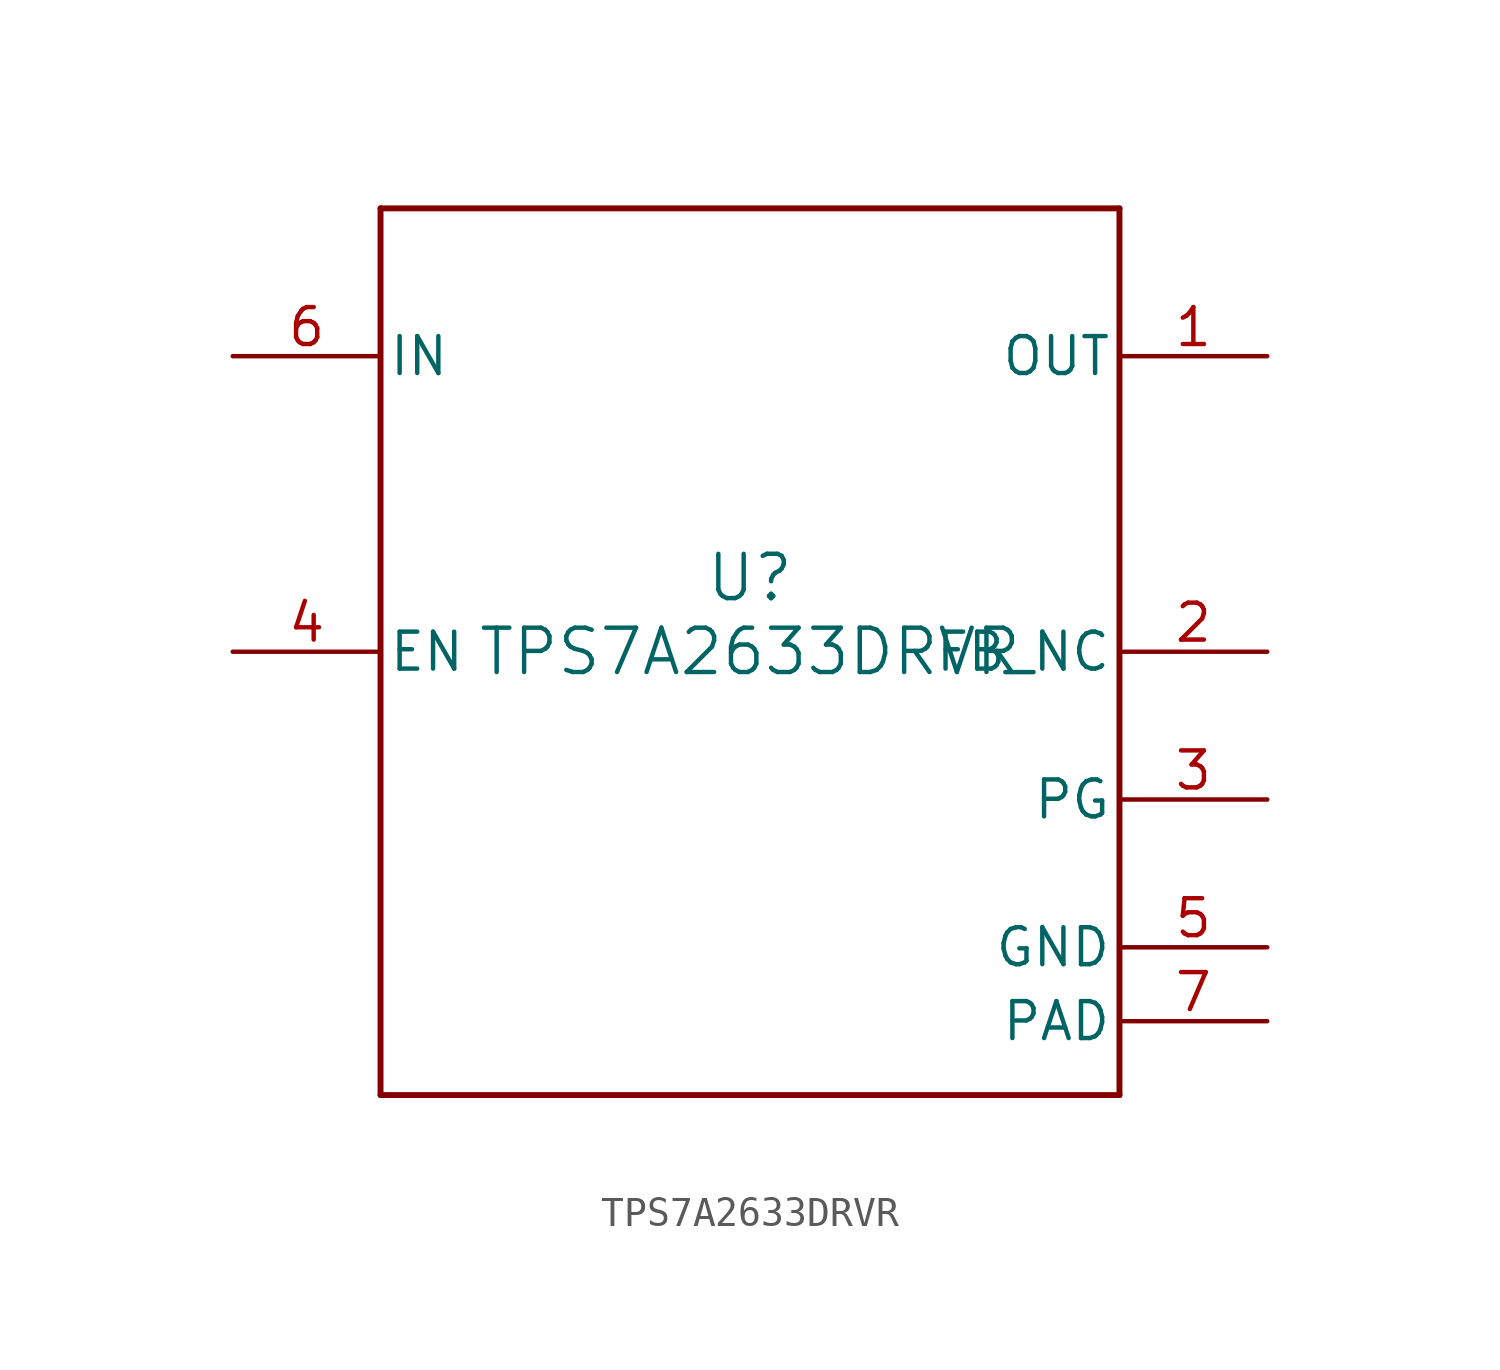
<source format=kicad_sym>
(kicad_symbol_lib
  (version 20211014)
  (generator kicad_symbol_editor)
  (symbol "TPS7A2633DRVR"
    (pin_names
      (offset 0.254))
    (property "Reference" "U"
      (at 0 2.54 0)
      (effects (font (size 1.524 1.524))))
    (property "Value" "TPS7A2633DRVR"
      (at 0 0 0)
      (effects (font (size 1.524 1.524))))
    (symbol "TPS7A2633DRVR_0_1"
      (polyline (pts (xy -12.7 -15.24) (xy 12.7 -15.24)) (stroke (width 0.203) (type default) (color 0 0 0 0)) (fill (type none)))
      (polyline (pts (xy 12.7 -15.24) (xy 12.7 15.24)) (stroke (width 0.203) (type default) (color 0 0 0 0)) (fill (type none)))
      (polyline (pts (xy 12.7 15.24) (xy -12.7 15.24)) (stroke (width 0.203) (type default) (color 0 0 0 0)) (fill (type none)))
      (polyline (pts (xy -12.7 15.24) (xy -12.7 -15.24)) (stroke (width 0.203) (type default) (color 0 0 0 0)) (fill (type none)))
      (pin power_in line (at 17.78 10.16 180) (length 5.08) (name "OUT" (effects (font (size 1.27 1.27)))) (number "1" (effects (font (size 1.27 1.27)))))
      (pin input line (at 17.78 0 180) (length 5.08) (name "FB_NC" (effects (font (size 1.27 1.27)))) (number "2" (effects (font (size 1.27 1.27)))))
      (pin open_collector line (at 17.78 -5.08 180) (length 5.08) (name "PG" (effects (font (size 1.27 1.27)))) (number "3" (effects (font (size 1.27 1.27)))))
      (pin input line (at -17.78 0 0) (length 5.08) (name "EN" (effects (font (size 1.27 1.27)))) (number "4" (effects (font (size 1.27 1.27)))))
      (pin power_in line (at 17.78 -10.16 180) (length 5.08) (name "GND" (effects (font (size 1.27 1.27)))) (number "5" (effects (font (size 1.27 1.27)))))
      (pin power_in line (at -17.78 10.16 0) (length 5.08) (name "IN" (effects (font (size 1.27 1.27)))) (number "6" (effects (font (size 1.27 1.27)))))
      (pin unspecified line (at 17.78 -12.7 180) (length 5.08) (name "PAD" (effects (font (size 1.27 1.27)))) (number "7" (effects (font (size 1.27 1.27))))))))
</source>
